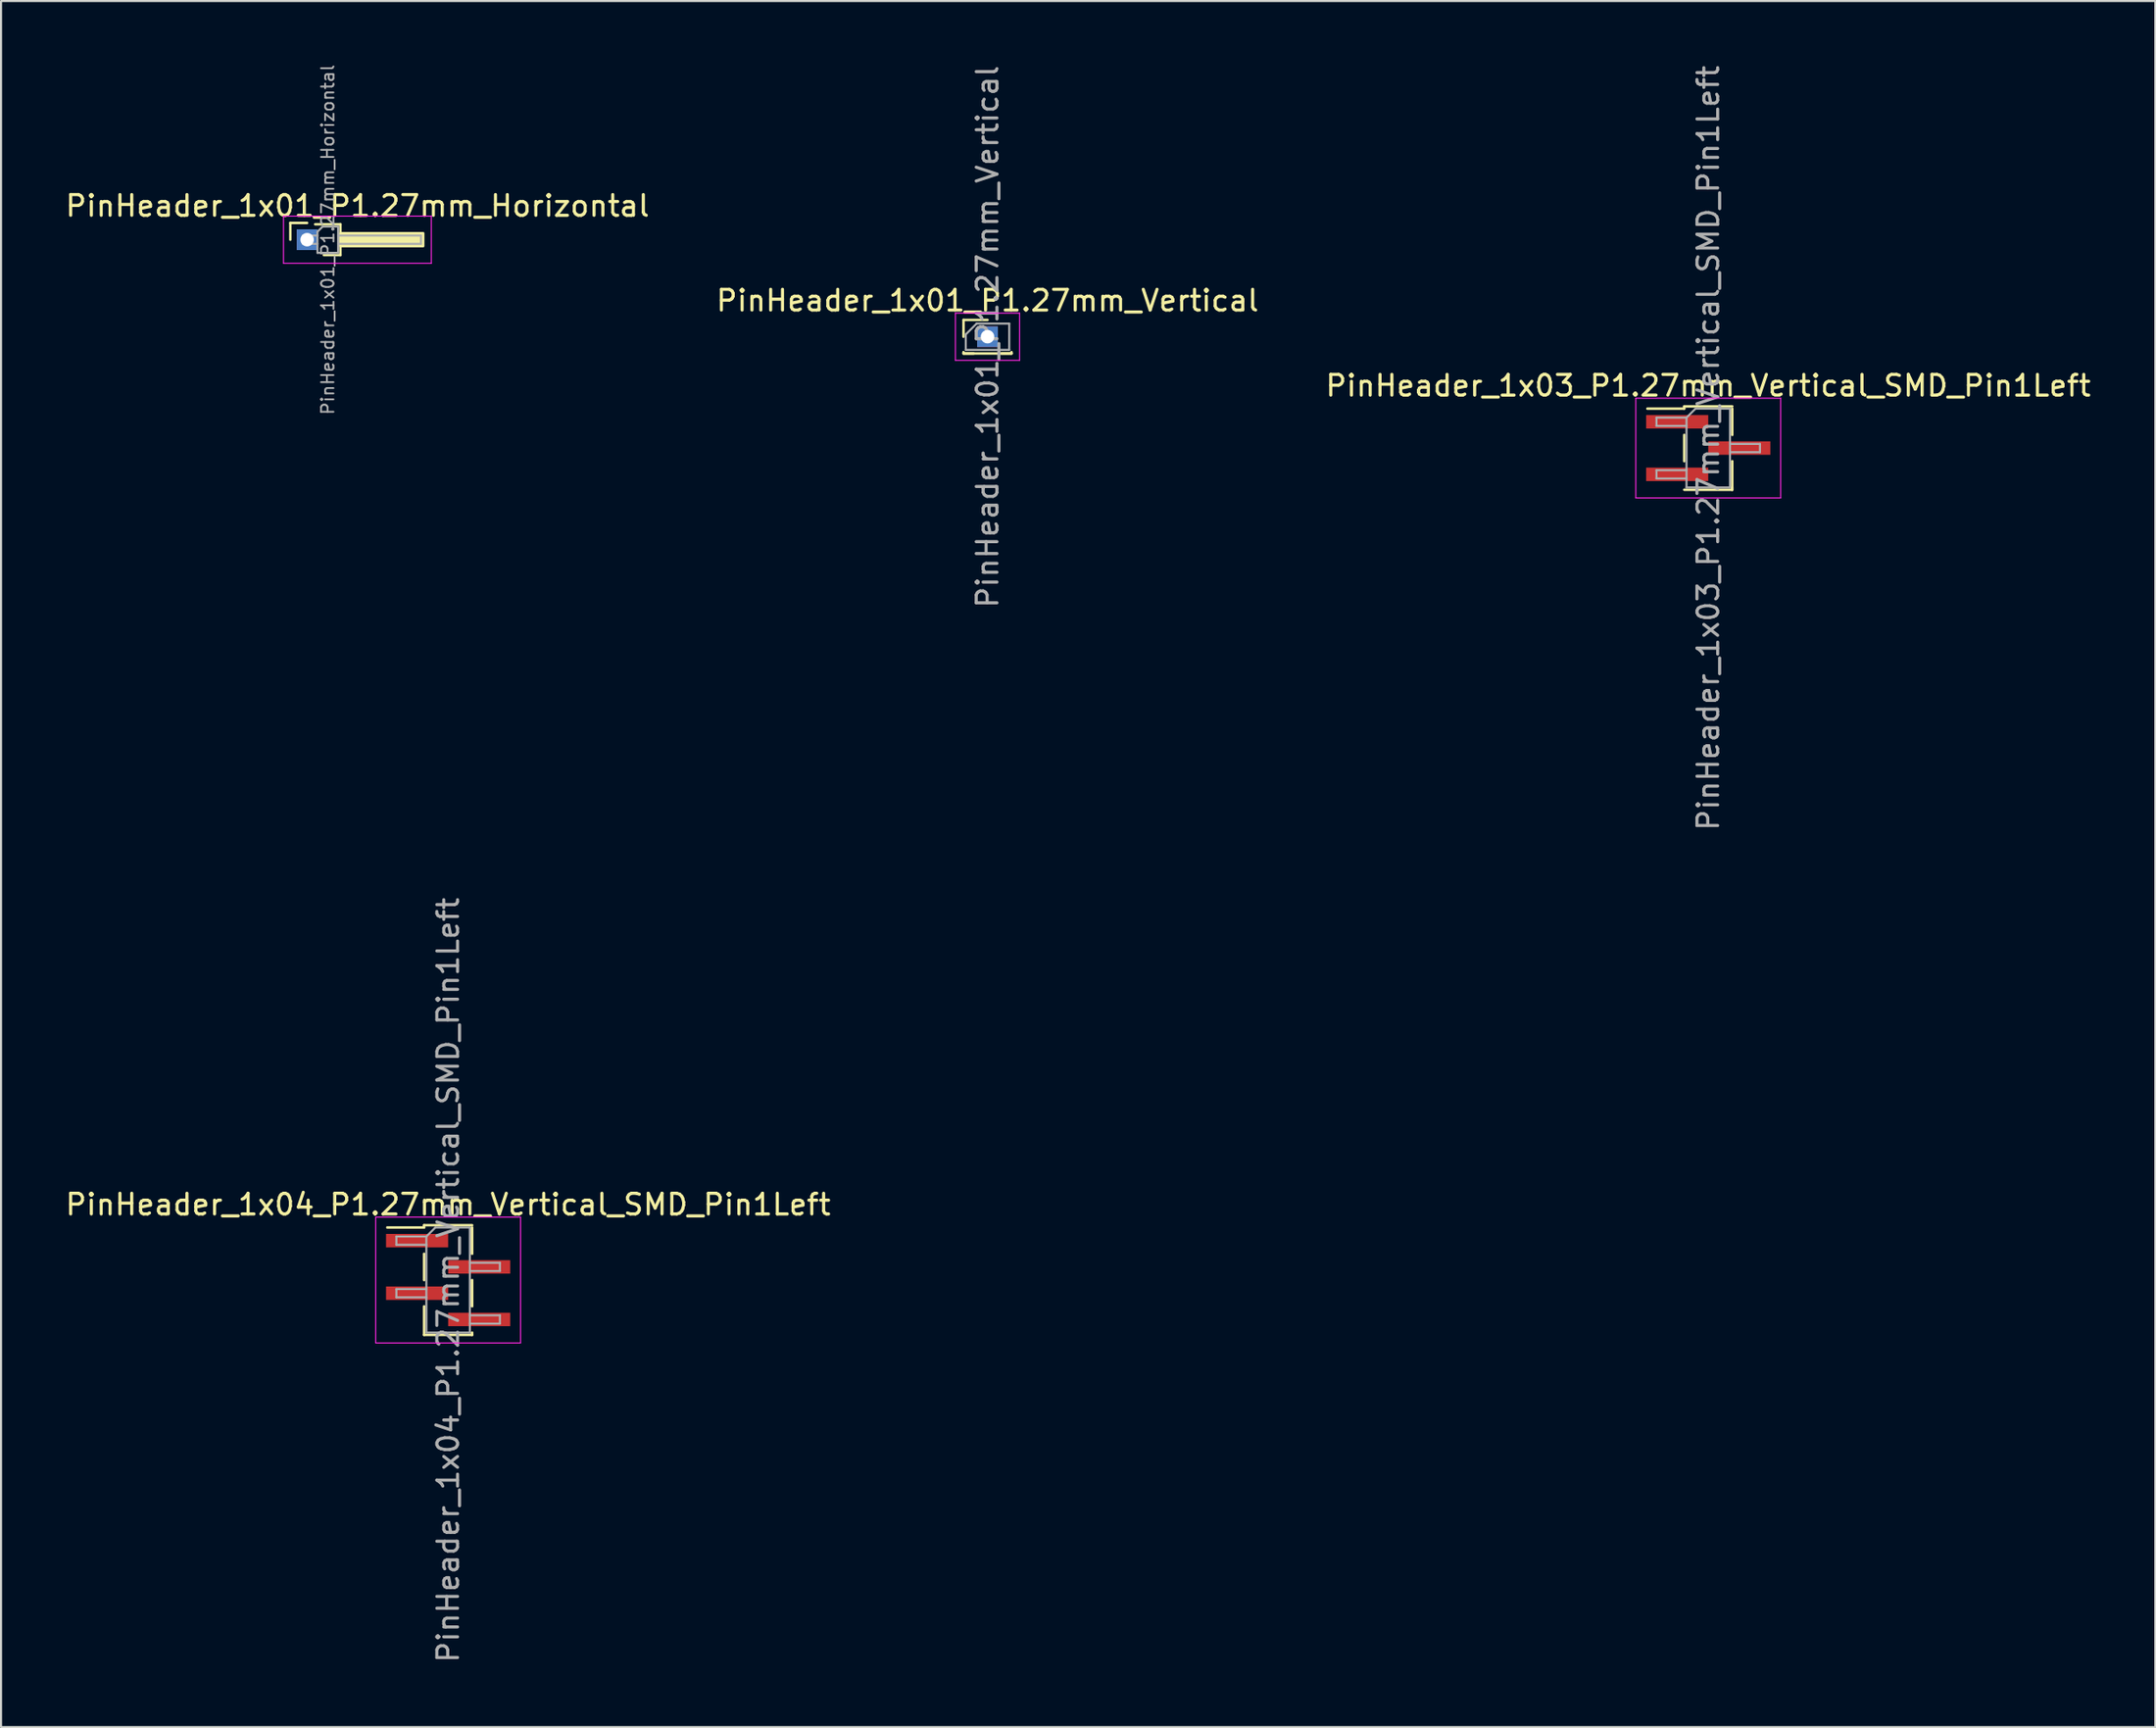
<source format=kicad_pcb>
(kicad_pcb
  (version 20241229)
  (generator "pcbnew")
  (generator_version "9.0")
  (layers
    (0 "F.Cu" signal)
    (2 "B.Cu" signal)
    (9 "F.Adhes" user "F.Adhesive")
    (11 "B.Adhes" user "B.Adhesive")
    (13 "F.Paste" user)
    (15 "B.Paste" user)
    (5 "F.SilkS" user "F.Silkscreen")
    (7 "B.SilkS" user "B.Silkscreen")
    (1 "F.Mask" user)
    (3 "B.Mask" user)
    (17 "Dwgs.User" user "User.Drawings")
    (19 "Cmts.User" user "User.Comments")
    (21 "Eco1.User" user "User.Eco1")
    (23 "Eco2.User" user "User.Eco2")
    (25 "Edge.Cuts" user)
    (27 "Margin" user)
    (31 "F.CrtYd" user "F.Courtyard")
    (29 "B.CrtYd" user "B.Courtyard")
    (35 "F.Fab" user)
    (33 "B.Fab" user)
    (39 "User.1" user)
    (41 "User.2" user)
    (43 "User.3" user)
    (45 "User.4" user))
  (footprint "PinHeader_1x04_P1.27mm_Vertical_SMD_Pin1Left"
    (layer "F.Cu")
    (at 18.601 58.804)
    (property "Reference" "PinHeader_1x04_P1.27mm_Vertical_SMD_Pin1Left" (at 0 -3.65 0) (layer "F.SilkS") (effects (font (size 1 1) (thickness 0.15))))
    (attr smd)
    (fp_line (start -1.16 -2.65) (end -1.16 -2.54) (stroke (width 0.12) (type solid)) (layer "F.SilkS"))
    (fp_line (start -1.16 -2.65) (end 1.16 -2.65) (stroke (width 0.12) (type solid)) (layer "F.SilkS"))
    (fp_line (start -1.16 -2.54) (end -2.94 -2.54) (stroke (width 0.12) (type solid)) (layer "F.SilkS"))
    (fp_line (start -1.16 -1.27) (end -1.16 0) (stroke (width 0.12) (type solid)) (layer "F.SilkS"))
    (fp_line (start -1.16 1.27) (end -1.16 2.65) (stroke (width 0.12) (type solid)) (layer "F.SilkS"))
    (fp_line (start -1.16 2.65) (end 1.16 2.65) (stroke (width 0.12) (type solid)) (layer "F.SilkS"))
    (fp_line (start 1.16 -2.54) (end 1.16 -1.27) (stroke (width 0.12) (type solid)) (layer "F.SilkS"))
    (fp_line (start 1.16 0) (end 1.16 1.27) (stroke (width 0.12) (type solid)) (layer "F.SilkS"))
    (fp_line (start 1.16 2.54) (end 1.16 2.65) (stroke (width 0.12) (type solid)) (layer "F.SilkS"))
    (fp_line (start -3.5 -3.04) (end -3.5 3.04) (stroke (width 0.05) (type solid)) (layer "F.CrtYd"))
    (fp_line (start -3.5 3.04) (end 3.5 3.04) (stroke (width 0.05) (type solid)) (layer "F.CrtYd"))
    (fp_line (start 3.5 -3.04) (end -3.5 -3.04) (stroke (width 0.05) (type solid)) (layer "F.CrtYd"))
    (fp_line (start 3.5 3.04) (end 3.5 -3.04) (stroke (width 0.05) (type solid)) (layer "F.CrtYd"))
    (fp_line (start -2.5 -2.105) (end -2.5 -1.705) (stroke (width 0.1) (type solid)) (layer "F.Fab"))
    (fp_line (start -2.5 -1.705) (end -1.05 -1.705) (stroke (width 0.1) (type solid)) (layer "F.Fab"))
    (fp_line (start -2.5 0.435) (end -2.5 0.835) (stroke (width 0.1) (type solid)) (layer "F.Fab"))
    (fp_line (start -2.5 0.835) (end -1.05 0.835) (stroke (width 0.1) (type solid)) (layer "F.Fab"))
    (fp_line (start -1.05 -2.105) (end -2.5 -2.105) (stroke (width 0.1) (type solid)) (layer "F.Fab"))
    (fp_line (start -1.05 -2.105) (end -0.615 -2.54) (stroke (width 0.1) (type solid)) (layer "F.Fab"))
    (fp_line (start -1.05 0.435) (end -2.5 0.435) (stroke (width 0.1) (type solid)) (layer "F.Fab"))
    (fp_line (start -1.05 2.54) (end -1.05 -2.105) (stroke (width 0.1) (type solid)) (layer "F.Fab"))
    (fp_line (start -0.615 -2.54) (end 1.05 -2.54) (stroke (width 0.1) (type solid)) (layer "F.Fab"))
    (fp_line (start 1.05 -2.54) (end 1.05 2.54) (stroke (width 0.1) (type solid)) (layer "F.Fab"))
    (fp_line (start 1.05 -0.835) (end 2.5 -0.835) (stroke (width 0.1) (type solid)) (layer "F.Fab"))
    (fp_line (start 1.05 1.705) (end 2.5 1.705) (stroke (width 0.1) (type solid)) (layer "F.Fab"))
    (fp_line (start 1.05 2.54) (end -1.05 2.54) (stroke (width 0.1) (type solid)) (layer "F.Fab"))
    (fp_line (start 2.5 -0.835) (end 2.5 -0.435) (stroke (width 0.1) (type solid)) (layer "F.Fab"))
    (fp_line (start 2.5 -0.435) (end 1.05 -0.435) (stroke (width 0.1) (type solid)) (layer "F.Fab"))
    (fp_line (start 2.5 1.705) (end 2.5 2.105) (stroke (width 0.1) (type solid)) (layer "F.Fab"))
    (fp_line (start 2.5 2.105) (end 1.05 2.105) (stroke (width 0.1) (type solid)) (layer "F.Fab"))
    (fp_text user "${REFERENCE}" (at 0 0 90) (layer "F.Fab") (effects (font (size 1 1) (thickness 0.15))))
    (pad "1" smd rect (at -1.5 -1.905) (size 3 0.65) (layers "F.Cu" "F.Mask" "F.Paste"))
    (pad "2" smd rect (at 1.5 -0.635) (size 3 0.65) (layers "F.Cu" "F.Mask" "F.Paste"))
    (pad "3" smd rect (at -1.5 0.635) (size 3 0.65) (layers "F.Cu" "F.Mask" "F.Paste"))
    (pad "4" smd rect (at 1.5 1.905) (size 3 0.65) (layers "F.Cu" "F.Mask" "F.Paste")))
  (footprint "PinHeader_1x01_P1.27mm_Horizontal"
    (layer "F.Cu")
    (at 11.788 8.532)
    (property "Reference" "PinHeader_1x01_P1.27mm_Horizontal" (at 2.433 -1.635 0) (layer "F.SilkS") (effects (font (size 1 1) (thickness 0.15))))
    (attr through_hole)
    (fp_line (start -0.81 -0.81) (end 0 -0.81) (stroke (width 0.12) (type solid)) (layer "F.SilkS"))
    (fp_line (start -0.81 0) (end -0.81 -0.81) (stroke (width 0.12) (type solid)) (layer "F.SilkS"))
    (fp_line (start 0.39 -0.745) (end 1.61 -0.745) (stroke (width 0.12) (type solid)) (layer "F.SilkS"))
    (fp_line (start 1.61 -0.745) (end 1.61 0.745) (stroke (width 0.12) (type solid)) (layer "F.SilkS"))
    (fp_line (start 1.61 0.745) (end 0.81 0.745) (stroke (width 0.12) (type solid)) (layer "F.SilkS"))
    (fp_rect (start 1.61 -0.31) (end 5.61 0.31) (stroke (width 0.12) (type solid)) (fill yes) (layer "F.SilkS"))
    (fp_line (start -1.14 -1.14) (end -1.14 1.14) (stroke (width 0.05) (type solid)) (layer "F.CrtYd"))
    (fp_line (start -1.14 1.14) (end 6 1.14) (stroke (width 0.05) (type solid)) (layer "F.CrtYd"))
    (fp_line (start 6 -1.14) (end -1.14 -1.14) (stroke (width 0.05) (type solid)) (layer "F.CrtYd"))
    (fp_line (start 6 1.14) (end 6 -1.14) (stroke (width 0.05) (type solid)) (layer "F.CrtYd"))
    (fp_line (start -0.2 -0.2) (end -0.2 0.2) (stroke (width 0.1) (type solid)) (layer "F.Fab"))
    (fp_line (start -0.2 -0.2) (end 0.5 -0.2) (stroke (width 0.1) (type solid)) (layer "F.Fab"))
    (fp_line (start -0.2 0.2) (end 0.5 0.2) (stroke (width 0.1) (type solid)) (layer "F.Fab"))
    (fp_line (start 0.5 -0.385) (end 0.75 -0.635) (stroke (width 0.1) (type solid)) (layer "F.Fab"))
    (fp_line (start 0.5 0.635) (end 0.5 -0.385) (stroke (width 0.1) (type solid)) (layer "F.Fab"))
    (fp_line (start 0.75 -0.635) (end 1.5 -0.635) (stroke (width 0.1) (type solid)) (layer "F.Fab"))
    (fp_line (start 1.5 -0.635) (end 1.5 0.635) (stroke (width 0.1) (type solid)) (layer "F.Fab"))
    (fp_line (start 1.5 -0.2) (end 5.5 -0.2) (stroke (width 0.1) (type solid)) (layer "F.Fab"))
    (fp_line (start 1.5 0.2) (end 5.5 0.2) (stroke (width 0.1) (type solid)) (layer "F.Fab"))
    (fp_line (start 1.5 0.635) (end 0.5 0.635) (stroke (width 0.1) (type solid)) (layer "F.Fab"))
    (fp_line (start 5.5 -0.2) (end 5.5 0.2) (stroke (width 0.1) (type solid)) (layer "F.Fab"))
    (fp_text user "${REFERENCE}" (at 1 0 90) (layer "F.Fab") (effects (font (size 0.6 0.6) (thickness 0.09))))
    (pad "1" thru_hole rect (at 0 0) (size 1 1) (drill 0.65) (layers "*.Cu" "*.Mask")))
  (footprint "PinHeader_1x01_P1.27mm_Vertical"
    (layer "F.Cu")
    (at 44.661 13.22)
    (property "Reference" "PinHeader_1x01_P1.27mm_Vertical" (at 0 -1.745 0) (layer "F.SilkS") (effects (font (size 1 1) (thickness 0.15))))
    (attr through_hole)
    (fp_line (start -1.16 -0.81) (end 0 -0.81) (stroke (width 0.12) (type solid)) (layer "F.SilkS"))
    (fp_line (start -1.16 0) (end -1.16 -0.81) (stroke (width 0.12) (type solid)) (layer "F.SilkS"))
    (fp_line (start -1.16 0.81) (end -1.16 0.745) (stroke (width 0.12) (type solid)) (layer "F.SilkS"))
    (fp_line (start -1.16 0.81) (end -0.667 0.81) (stroke (width 0.12) (type solid)) (layer "F.SilkS"))
    (fp_line (start -1.16 0.81) (end 1.16 0.81) (stroke (width 0.12) (type solid)) (layer "F.SilkS"))
    (fp_line (start 0.667 0.81) (end 1.16 0.81) (stroke (width 0.12) (type solid)) (layer "F.SilkS"))
    (fp_line (start 1.16 0.81) (end 1.16 0.745) (stroke (width 0.12) (type solid)) (layer "F.SilkS"))
    (fp_line (start -1.55 -1.14) (end -1.55 1.14) (stroke (width 0.05) (type solid)) (layer "F.CrtYd"))
    (fp_line (start -1.55 1.14) (end 1.55 1.14) (stroke (width 0.05) (type solid)) (layer "F.CrtYd"))
    (fp_line (start 1.55 -1.14) (end -1.55 -1.14) (stroke (width 0.05) (type solid)) (layer "F.CrtYd"))
    (fp_line (start 1.55 1.14) (end 1.55 -1.14) (stroke (width 0.05) (type solid)) (layer "F.CrtYd"))
    (fp_line (start -1.05 -0.11) (end -0.525 -0.635) (stroke (width 0.1) (type solid)) (layer "F.Fab"))
    (fp_line (start -1.05 0.635) (end -1.05 -0.11) (stroke (width 0.1) (type solid)) (layer "F.Fab"))
    (fp_line (start -0.525 -0.635) (end 1.05 -0.635) (stroke (width 0.1) (type solid)) (layer "F.Fab"))
    (fp_line (start 1.05 -0.635) (end 1.05 0.635) (stroke (width 0.1) (type solid)) (layer "F.Fab"))
    (fp_line (start 1.05 0.635) (end -1.05 0.635) (stroke (width 0.1) (type solid)) (layer "F.Fab"))
    (fp_text user "${REFERENCE}" (at 0 0 90) (layer "F.Fab") (effects (font (size 1 1) (thickness 0.15))))
    (pad "1" thru_hole rect (at 0 0) (size 1 1) (drill 0.65) (layers "*.Cu" "*.Mask")))
  (footprint "PinHeader_1x03_P1.27mm_Vertical_SMD_Pin1Left"
    (layer "F.Cu")
    (at 79.482 18.601)
    (property "Reference" "PinHeader_1x03_P1.27mm_Vertical_SMD_Pin1Left" (at 0 -3.015 0) (layer "F.SilkS") (effects (font (size 1 1) (thickness 0.15))))
    (attr smd)
    (fp_line (start -1.16 -2.015) (end -1.16 -1.905) (stroke (width 0.12) (type solid)) (layer "F.SilkS"))
    (fp_line (start -1.16 -2.015) (end 1.16 -2.015) (stroke (width 0.12) (type solid)) (layer "F.SilkS"))
    (fp_line (start -1.16 -1.905) (end -2.94 -1.905) (stroke (width 0.12) (type solid)) (layer "F.SilkS"))
    (fp_line (start -1.16 -0.635) (end -1.16 0.635) (stroke (width 0.12) (type solid)) (layer "F.SilkS"))
    (fp_line (start -1.16 2.015) (end 1.16 2.015) (stroke (width 0.12) (type solid)) (layer "F.SilkS"))
    (fp_line (start 1.16 -1.905) (end 1.16 -0.635) (stroke (width 0.12) (type solid)) (layer "F.SilkS"))
    (fp_line (start 1.16 0.635) (end 1.16 2.015) (stroke (width 0.12) (type solid)) (layer "F.SilkS"))
    (fp_line (start 1.16 1.905) (end 1.16 2.015) (stroke (width 0.12) (type solid)) (layer "F.SilkS"))
    (fp_line (start -3.5 -2.41) (end -3.5 2.41) (stroke (width 0.05) (type solid)) (layer "F.CrtYd"))
    (fp_line (start -3.5 2.41) (end 3.5 2.41) (stroke (width 0.05) (type solid)) (layer "F.CrtYd"))
    (fp_line (start 3.5 -2.41) (end -3.5 -2.41) (stroke (width 0.05) (type solid)) (layer "F.CrtYd"))
    (fp_line (start 3.5 2.41) (end 3.5 -2.41) (stroke (width 0.05) (type solid)) (layer "F.CrtYd"))
    (fp_line (start -2.5 -1.47) (end -2.5 -1.07) (stroke (width 0.1) (type solid)) (layer "F.Fab"))
    (fp_line (start -2.5 -1.07) (end -1.05 -1.07) (stroke (width 0.1) (type solid)) (layer "F.Fab"))
    (fp_line (start -2.5 1.07) (end -2.5 1.47) (stroke (width 0.1) (type solid)) (layer "F.Fab"))
    (fp_line (start -2.5 1.47) (end -1.05 1.47) (stroke (width 0.1) (type solid)) (layer "F.Fab"))
    (fp_line (start -1.05 -1.47) (end -2.5 -1.47) (stroke (width 0.1) (type solid)) (layer "F.Fab"))
    (fp_line (start -1.05 -1.47) (end -0.615 -1.905) (stroke (width 0.1) (type solid)) (layer "F.Fab"))
    (fp_line (start -1.05 1.07) (end -2.5 1.07) (stroke (width 0.1) (type solid)) (layer "F.Fab"))
    (fp_line (start -1.05 1.905) (end -1.05 -1.47) (stroke (width 0.1) (type solid)) (layer "F.Fab"))
    (fp_line (start -0.615 -1.905) (end 1.05 -1.905) (stroke (width 0.1) (type solid)) (layer "F.Fab"))
    (fp_line (start 1.05 -1.905) (end 1.05 1.905) (stroke (width 0.1) (type solid)) (layer "F.Fab"))
    (fp_line (start 1.05 -0.2) (end 2.5 -0.2) (stroke (width 0.1) (type solid)) (layer "F.Fab"))
    (fp_line (start 1.05 1.905) (end -1.05 1.905) (stroke (width 0.1) (type solid)) (layer "F.Fab"))
    (fp_line (start 2.5 -0.2) (end 2.5 0.2) (stroke (width 0.1) (type solid)) (layer "F.Fab"))
    (fp_line (start 2.5 0.2) (end 1.05 0.2) (stroke (width 0.1) (type solid)) (layer "F.Fab"))
    (fp_text user "${REFERENCE}" (at 0 0 90) (layer "F.Fab") (effects (font (size 1 1) (thickness 0.15))))
    (pad "1" smd rect (at -1.5 -1.27) (size 3 0.65) (layers "F.Cu" "F.Mask" "F.Paste"))
    (pad "2" smd rect (at 1.5 0) (size 3 0.65) (layers "F.Cu" "F.Mask" "F.Paste"))
    (pad "3" smd rect (at -1.5 1.27) (size 3 0.65) (layers "F.Cu" "F.Mask" "F.Paste")))
  (gr_rect
    (start -3 -3)
    (end 101.083 80.405)
    (stroke (width 0.1) (type default))
    (fill no)
    (layer "Edge.Cuts")))
</source>
